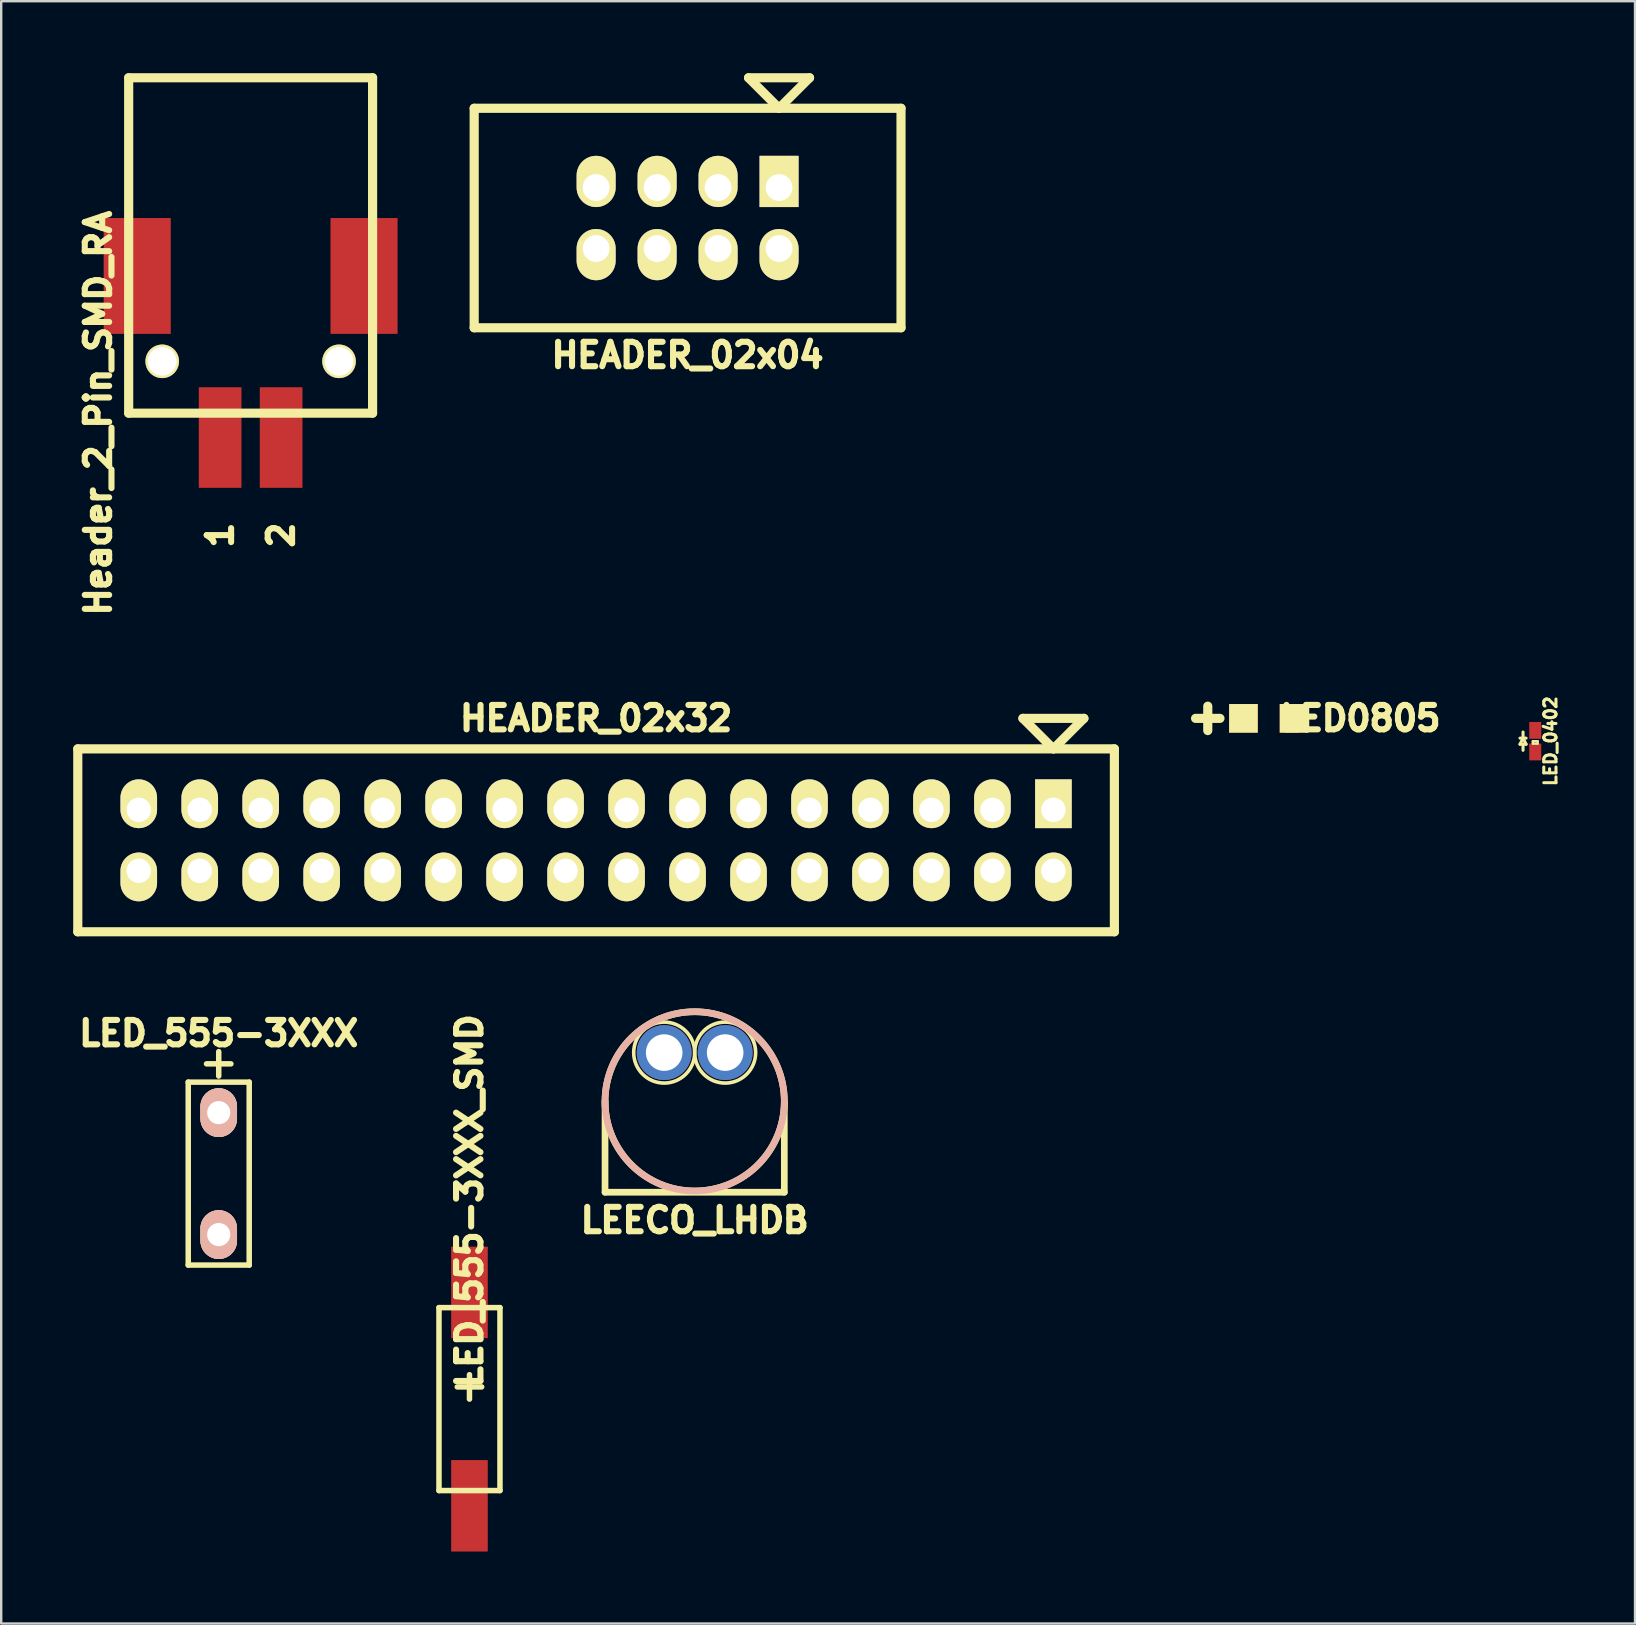
<source format=kicad_pcb>
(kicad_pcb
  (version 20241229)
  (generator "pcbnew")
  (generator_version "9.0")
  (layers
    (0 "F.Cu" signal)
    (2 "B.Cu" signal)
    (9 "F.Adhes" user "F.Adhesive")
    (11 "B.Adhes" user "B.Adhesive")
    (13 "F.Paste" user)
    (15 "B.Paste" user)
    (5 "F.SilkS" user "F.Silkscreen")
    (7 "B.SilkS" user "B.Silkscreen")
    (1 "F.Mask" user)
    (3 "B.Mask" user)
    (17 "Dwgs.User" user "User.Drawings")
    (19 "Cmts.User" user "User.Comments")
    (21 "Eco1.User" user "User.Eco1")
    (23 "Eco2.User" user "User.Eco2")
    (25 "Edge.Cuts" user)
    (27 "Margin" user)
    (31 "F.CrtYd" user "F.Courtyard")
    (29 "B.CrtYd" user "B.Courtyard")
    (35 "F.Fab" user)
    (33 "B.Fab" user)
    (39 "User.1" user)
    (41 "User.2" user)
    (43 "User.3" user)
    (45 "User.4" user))
  (footprint "LED0805"
    (layer "F.Cu")
    (at 49.8 26.874)
    (property "Reference" "LED0805" (at 3.81 0 0) (layer "F.SilkS") (effects (font (size 1.016 1.016) (thickness 0.254))))
    (attr through_hole)
    (fp_line (start -2.54 0.508) (end -2.54 -0.508) (stroke (width 0.381) (type solid)) (layer "F.SilkS"))
    (fp_line (start -2.032 0) (end -3.048 0) (stroke (width 0.381) (type solid)) (layer "F.SilkS"))
    (pad "1" smd rect (at -1.054 0) (size 1.194 1.194) (layers "F.Cu" "F.Mask" "F.SilkS" "F.Paste"))
    (pad "2" smd rect (at 1.054 0) (size 1.194 1.194) (layers "F.Cu" "F.Mask" "F.SilkS" "F.Paste")))
  (footprint "HEADER_02x32"
    (layer "F.Cu")
    (at 21.78 31.954)
    (property "Reference" "HEADER_02x32" (at 0 -5.08 0) (layer "F.SilkS") (effects (font (size 1.016 1.016) (thickness 0.254))))
    (attr through_hole)
    (fp_line (start -21.59 -3.81) (end 21.59 -3.81) (stroke (width 0.381) (type solid)) (layer "F.SilkS"))
    (fp_line (start -21.59 3.81) (end -21.59 -3.81) (stroke (width 0.381) (type solid)) (layer "F.SilkS"))
    (fp_line (start 17.78 -5.08) (end 19.05 -3.81) (stroke (width 0.381) (type solid)) (layer "F.SilkS"))
    (fp_line (start 19.05 -3.81) (end 20.32 -5.08) (stroke (width 0.381) (type solid)) (layer "F.SilkS"))
    (fp_line (start 20.32 -5.08) (end 17.78 -5.08) (stroke (width 0.381) (type solid)) (layer "F.SilkS"))
    (fp_line (start 21.59 -3.81) (end 21.59 3.81) (stroke (width 0.381) (type solid)) (layer "F.SilkS"))
    (fp_line (start 21.59 3.81) (end -21.59 3.81) (stroke (width 0.381) (type solid)) (layer "F.SilkS"))
    (pad "1" thru_hole rect (at 19.05 -1.27) (size 1.524 2.032) (drill 1.016 (offset 0 -0.254)) (layers "*.Cu" "*.Mask" "F.SilkS"))
    (pad "2" thru_hole oval (at 19.05 1.27) (size 1.524 2.032) (drill 1.016 (offset 0 0.254)) (layers "*.Cu" "*.Mask" "F.SilkS"))
    (pad "3" thru_hole oval (at 16.51 -1.27) (size 1.524 2.032) (drill 1.016 (offset 0 -0.254)) (layers "*.Cu" "*.Mask" "F.SilkS"))
    (pad "4" thru_hole oval (at 16.51 1.27) (size 1.524 2.032) (drill 1.016 (offset 0 0.254)) (layers "*.Cu" "*.Mask" "F.SilkS"))
    (pad "5" thru_hole oval (at 13.97 -1.27) (size 1.524 2.032) (drill 1.016 (offset 0 -0.254)) (layers "*.Cu" "*.Mask" "F.SilkS"))
    (pad "6" thru_hole oval (at 13.97 1.27) (size 1.524 2.032) (drill 1.016 (offset 0 0.254)) (layers "*.Cu" "*.Mask" "F.SilkS"))
    (pad "7" thru_hole oval (at 11.43 -1.27) (size 1.524 2.032) (drill 1.016 (offset 0 -0.254)) (layers "*.Cu" "*.Mask" "F.SilkS"))
    (pad "8" thru_hole oval (at 11.43 1.27) (size 1.524 2.032) (drill 1.016 (offset 0 0.254)) (layers "*.Cu" "*.Mask" "F.SilkS"))
    (pad "9" thru_hole oval (at 8.89 -1.27) (size 1.524 2.032) (drill 1.016 (offset 0 -0.254)) (layers "*.Cu" "*.Mask" "F.SilkS"))
    (pad "10" thru_hole oval (at 8.89 1.27) (size 1.524 2.032) (drill 1.016 (offset 0 0.254)) (layers "*.Cu" "*.Mask" "F.SilkS"))
    (pad "11" thru_hole oval (at 6.35 -1.27) (size 1.524 2.032) (drill 1.016 (offset 0 -0.254)) (layers "*.Cu" "*.Mask" "F.SilkS"))
    (pad "12" thru_hole oval (at 6.35 1.27) (size 1.524 2.032) (drill 1.016 (offset 0 0.254)) (layers "*.Cu" "*.Mask" "F.SilkS"))
    (pad "13" thru_hole oval (at 3.81 -1.27) (size 1.524 2.032) (drill 1.016 (offset 0 -0.254)) (layers "*.Cu" "*.Mask" "F.SilkS"))
    (pad "14" thru_hole oval (at 3.81 1.27) (size 1.524 2.032) (drill 1.016 (offset 0 0.254)) (layers "*.Cu" "*.Mask" "F.SilkS"))
    (pad "15" thru_hole oval (at 1.27 -1.27) (size 1.524 2.032) (drill 1.016 (offset 0 -0.254)) (layers "*.Cu" "*.Mask" "F.SilkS"))
    (pad "16" thru_hole oval (at 1.27 1.27) (size 1.524 2.032) (drill 1.016 (offset 0 0.254)) (layers "*.Cu" "*.Mask" "F.SilkS"))
    (pad "17" thru_hole oval (at -1.27 -1.27) (size 1.524 2.032) (drill 1.016 (offset 0 -0.254)) (layers "*.Cu" "*.Mask" "F.SilkS"))
    (pad "18" thru_hole oval (at -1.27 1.27) (size 1.524 2.032) (drill 1.016 (offset 0 0.254)) (layers "*.Cu" "*.Mask" "F.SilkS"))
    (pad "19" thru_hole oval (at -3.81 -1.27) (size 1.524 2.032) (drill 1.016 (offset 0 -0.254)) (layers "*.Cu" "*.Mask" "F.SilkS"))
    (pad "20" thru_hole oval (at -3.81 1.27) (size 1.524 2.032) (drill 1.016 (offset 0 0.254)) (layers "*.Cu" "*.Mask" "F.SilkS"))
    (pad "21" thru_hole oval (at -6.35 -1.27) (size 1.524 2.032) (drill 1.016 (offset 0 -0.254)) (layers "*.Cu" "*.Mask" "F.SilkS"))
    (pad "22" thru_hole oval (at -6.35 1.27) (size 1.524 2.032) (drill 1.016 (offset 0 0.254)) (layers "*.Cu" "*.Mask" "F.SilkS"))
    (pad "23" thru_hole oval (at -8.89 -1.27) (size 1.524 2.032) (drill 1.016 (offset 0 -0.254)) (layers "*.Cu" "*.Mask" "F.SilkS"))
    (pad "24" thru_hole oval (at -8.89 1.27) (size 1.524 2.032) (drill 1.016 (offset 0 0.254)) (layers "*.Cu" "*.Mask" "F.SilkS"))
    (pad "25" thru_hole oval (at -11.43 -1.27) (size 1.524 2.032) (drill 1.016 (offset 0 -0.254)) (layers "*.Cu" "*.Mask" "F.SilkS"))
    (pad "26" thru_hole oval (at -11.43 1.27) (size 1.524 2.032) (drill 1.016 (offset 0 0.254)) (layers "*.Cu" "*.Mask" "F.SilkS"))
    (pad "27" thru_hole oval (at -13.97 -1.27) (size 1.524 2.032) (drill 1.016 (offset 0 -0.254)) (layers "*.Cu" "*.Mask" "F.SilkS"))
    (pad "28" thru_hole oval (at -13.97 1.27) (size 1.524 2.032) (drill 1.016 (offset 0 0.254)) (layers "*.Cu" "*.Mask" "F.SilkS"))
    (pad "29" thru_hole oval (at -16.51 -1.27) (size 1.524 2.032) (drill 1.016 (offset 0 -0.254)) (layers "*.Cu" "*.Mask" "F.SilkS"))
    (pad "30" thru_hole oval (at -16.51 1.27) (size 1.524 2.032) (drill 1.016 (offset 0 0.254)) (layers "*.Cu" "*.Mask" "F.SilkS"))
    (pad "31" thru_hole oval (at -19.05 -1.27) (size 1.524 2.032) (drill 1.016 (offset 0 -0.254)) (layers "*.Cu" "*.Mask" "F.SilkS"))
    (pad "32" thru_hole oval (at -19.05 1.27) (size 1.524 2.032) (drill 1.016 (offset 0 0.254)) (layers "*.Cu" "*.Mask" "F.SilkS")))
  (footprint "LEECO_LHDB"
    (layer "F.Cu")
    (at 25.887 40.796)
    (property "Reference" "LEECO_LHDB" (at 0 6.985 0) (layer "F.SilkS") (effects (font (size 1.016 1.016) (thickness 0.254))))
    (attr through_hole)
    (fp_line (start -3.734 2.032) (end -3.734 5.817) (stroke (width 0.279) (type solid)) (layer "F.SilkS"))
    (fp_line (start -3.734 5.817) (end 3.734 5.817) (stroke (width 0.279) (type solid)) (layer "F.SilkS"))
    (fp_line (start 3.734 5.817) (end 3.734 2.032) (stroke (width 0.279) (type solid)) (layer "F.SilkS"))
    (fp_circle (center -1.27 0) (end -1.27 -1.27) (stroke (width 0.15) (type solid)) (fill no) (layer "F.SilkS"))
    (fp_circle (center 0 2.032) (end 3.734 2.032) (stroke (width 0.279) (type solid)) (fill no) (layer "F.SilkS"))
    (fp_circle (center 1.27 0) (end 1.27 -1.27) (stroke (width 0.15) (type solid)) (fill no) (layer "F.SilkS"))
    (fp_circle (center 0 2.032) (end 3.734 2.032) (stroke (width 0.279) (type solid)) (fill no) (layer "B.SilkS"))
    (pad "1" thru_hole circle (at -1.27 0) (size 2.286 2.286) (drill 1.524) (layers "*.Cu" "*.Mask"))
    (pad "2" thru_hole circle (at 1.27 0) (size 2.286 2.286) (drill 1.524) (layers "*.Cu" "*.Mask")))
  (footprint "LED_555-3XXX_SMD"
    (layer "F.Cu")
    (at 16.506 55.23)
    (property "Reference" "LED_555-3XXX_SMD" (at 0 -8.255 90) (layer "F.SilkS") (effects (font (size 1.016 1.016) (thickness 0.254))))
    (attr through_hole)
    (fp_line (start -1.27 -3.81) (end 1.27 -3.81) (stroke (width 0.229) (type solid)) (layer "F.SilkS"))
    (fp_line (start -1.27 3.81) (end -1.27 -3.81) (stroke (width 0.229) (type solid)) (layer "F.SilkS"))
    (fp_line (start -0.508 -0.508) (end 0.508 -0.508) (stroke (width 0.229) (type solid)) (layer "F.SilkS"))
    (fp_line (start 0 0) (end 0 -1.016) (stroke (width 0.229) (type solid)) (layer "F.SilkS"))
    (fp_line (start 1.27 -3.81) (end 1.27 3.81) (stroke (width 0.229) (type solid)) (layer "F.SilkS"))
    (fp_line (start 1.27 3.81) (end -1.27 3.81) (stroke (width 0.229) (type solid)) (layer "F.SilkS"))
    (pad "1" smd rect (at 0 -4.445) (size 1.524 3.81) (layers "F.Cu" "F.Mask" "F.Paste"))
    (pad "2" smd rect (at 0 4.445) (size 1.524 3.81) (layers "F.Cu" "F.Mask" "F.Paste")))
  (footprint "LED_0402"
    (layer "F.Cu")
    (at 60.901 27.824)
    (property "Reference" "LED_0402" (at 0.635 0 90) (layer "F.SilkS") (effects (font (size 0.508 0.508) (thickness 0.127))))
    (attr smd)
    (fp_line (start -0.635 -0.127) (end -0.381 -0.127) (stroke (width 0.127) (type solid)) (layer "F.SilkS"))
    (fp_line (start -0.635 0.127) (end -0.508 -0.127) (stroke (width 0.127) (type solid)) (layer "F.SilkS"))
    (fp_line (start -0.508 -0.127) (end -0.508 -0.381) (stroke (width 0.127) (type solid)) (layer "F.SilkS"))
    (fp_line (start -0.508 -0.127) (end -0.381 0.127) (stroke (width 0.127) (type solid)) (layer "F.SilkS"))
    (fp_line (start -0.508 0.127) (end -0.508 0.381) (stroke (width 0.127) (type solid)) (layer "F.SilkS"))
    (fp_line (start -0.381 0.127) (end -0.635 0.127) (stroke (width 0.127) (type solid)) (layer "F.SilkS"))
    (fp_line (start -0.1 0) (end -0.1 0.1) (stroke (width 0.1) (type solid)) (layer "F.SilkS"))
    (fp_line (start -0.1 0.1) (end 0.1 0.1) (stroke (width 0.1) (type solid)) (layer "F.SilkS"))
    (fp_line (start 0.1 0) (end -0.1 0) (stroke (width 0.1) (type solid)) (layer "F.SilkS"))
    (fp_line (start 0.1 0.1) (end 0.1 0) (stroke (width 0.1) (type solid)) (layer "F.SilkS"))
    (pad "1" smd rect (at 0 -0.45 270) (size 0.7 0.5) (layers "F.Cu" "F.Mask" "F.Paste"))
    (pad "2" smd rect (at 0 0.45 270) (size 0.7 0.5) (layers "F.Cu" "F.Mask" "F.Paste")))
  (footprint "LED_555-3XXX"
    (layer "F.Cu")
    (at 6.061 45.837)
    (property "Reference" "LED_555-3XXX" (at 0 -5.842 0) (layer "F.SilkS") (effects (font (size 1.016 1.016) (thickness 0.254))))
    (attr through_hole)
    (fp_line (start -1.27 -3.81) (end 1.27 -3.81) (stroke (width 0.229) (type solid)) (layer "F.SilkS"))
    (fp_line (start -1.27 3.81) (end -1.27 -3.81) (stroke (width 0.229) (type solid)) (layer "F.SilkS"))
    (fp_line (start -0.508 -4.572) (end 0.508 -4.572) (stroke (width 0.229) (type solid)) (layer "F.SilkS"))
    (fp_line (start 0 -4.064) (end 0 -5.08) (stroke (width 0.229) (type solid)) (layer "F.SilkS"))
    (fp_line (start 1.27 -3.81) (end 1.27 3.81) (stroke (width 0.229) (type solid)) (layer "F.SilkS"))
    (fp_line (start 1.27 3.81) (end -1.27 3.81) (stroke (width 0.229) (type solid)) (layer "F.SilkS"))
    (pad "1" thru_hole oval (at 0 -2.54) (size 1.524 2.032) (drill 0.965) (layers "*.Cu" "*.SilkS" "*.Mask"))
    (pad "2" thru_hole oval (at 0 2.54) (size 1.524 2.032) (drill 0.965) (layers "*.Cu" "*.SilkS" "*.Mask")))
  (footprint "HEADER_02x04"
    (layer "F.Cu")
    (at 25.592 6.032)
    (property "Reference" "HEADER_02x04" (at 0 5.715 0) (layer "F.SilkS") (effects (font (size 1.016 1.016) (thickness 0.254))))
    (attr through_hole)
    (fp_line (start -8.89 -4.572) (end -8.89 4.572) (stroke (width 0.381) (type solid)) (layer "F.SilkS"))
    (fp_line (start -8.89 4.572) (end 8.89 4.572) (stroke (width 0.381) (type solid)) (layer "F.SilkS"))
    (fp_line (start 2.54 -5.842) (end 3.81 -4.572) (stroke (width 0.381) (type solid)) (layer "F.SilkS"))
    (fp_line (start 3.81 -4.572) (end 5.08 -5.842) (stroke (width 0.381) (type solid)) (layer "F.SilkS"))
    (fp_line (start 5.08 -5.842) (end 2.54 -5.842) (stroke (width 0.381) (type solid)) (layer "F.SilkS"))
    (fp_line (start 8.89 -4.572) (end -8.89 -4.572) (stroke (width 0.381) (type solid)) (layer "F.SilkS"))
    (fp_line (start 8.89 -4.572) (end 8.89 4.572) (stroke (width 0.381) (type solid)) (layer "F.SilkS"))
    (pad "1" thru_hole rect (at 3.81 -1.27) (size 1.626 2.134) (drill 1.118 (offset 0 -0.254)) (layers "*.Cu" "*.Mask" "F.SilkS"))
    (pad "2" thru_hole oval (at 3.81 1.27) (size 1.626 2.134) (drill 1.118 (offset 0 0.254)) (layers "*.Cu" "*.Mask" "F.SilkS"))
    (pad "3" thru_hole oval (at 1.27 -1.27) (size 1.626 2.134) (drill 1.118 (offset 0 -0.254)) (layers "*.Cu" "*.Mask" "F.SilkS"))
    (pad "4" thru_hole oval (at 1.27 1.27) (size 1.626 2.134) (drill 1.118 (offset 0 0.254)) (layers "*.Cu" "*.Mask" "F.SilkS"))
    (pad "5" thru_hole oval (at -1.27 -1.27) (size 1.626 2.134) (drill 1.118 (offset 0 -0.254)) (layers "*.Cu" "*.Mask" "F.SilkS"))
    (pad "6" thru_hole oval (at -1.27 1.27) (size 1.626 2.134) (drill 1.118 (offset 0 0.254)) (layers "*.Cu" "*.Mask" "F.SilkS"))
    (pad "7" thru_hole oval (at -3.81 -1.27) (size 1.626 2.134) (drill 1.118 (offset 0 -0.254)) (layers "*.Cu" "*.Mask" "F.SilkS"))
    (pad "8" thru_hole oval (at -3.81 1.27) (size 1.626 2.134) (drill 1.118 (offset 0 0.254)) (layers "*.Cu" "*.Mask" "F.SilkS")))
  (footprint "Header_2_Pin_SMD_RA"
    (layer "F.Cu")
    (at 7.39 8.445)
    (property "Reference" "Header_2_Pin_SMD_RA" (at -6.35 5.715 90) (layer "F.SilkS") (effects (font (size 1.016 1.016) (thickness 0.254))))
    (attr through_hole)
    (fp_line (start -5.08 -8.255) (end -5.08 5.715) (stroke (width 0.381) (type solid)) (layer "F.SilkS"))
    (fp_line (start -5.08 -8.255) (end 5.08 -8.255) (stroke (width 0.381) (type solid)) (layer "F.SilkS"))
    (fp_line (start -5.08 5.715) (end 5.08 5.715) (stroke (width 0.381) (type solid)) (layer "F.SilkS"))
    (fp_line (start 5.08 -8.255) (end 5.08 5.715) (stroke (width 0.381) (type solid)) (layer "F.SilkS"))
    (fp_text user "1" (at -1.27 10.795 90) (layer "F.SilkS") (effects (font (size 1.016 1.016) (thickness 0.254))))
    (fp_text user "2" (at 1.27 10.795 90) (layer "F.SilkS") (effects (font (size 1.016 1.016) (thickness 0.254))))
    (pad "" smd rect (at -4.724 0) (size 2.794 4.826) (layers "F.Cu" "F.Mask" "F.Paste"))
    (pad "" thru_hole circle (at -3.683 3.556) (size 1.397 1.397) (drill 1.194) (layers "*.Cu" "*.Mask" "F.SilkS"))
    (pad "" thru_hole circle (at 3.683 3.556) (size 1.397 1.397) (drill 1.194) (layers "*.Cu" "*.Mask" "F.SilkS"))
    (pad "" smd rect (at 4.724 0) (size 2.794 4.826) (layers "F.Cu" "F.Mask" "F.Paste"))
    (pad "1" smd rect (at -1.27 6.731) (size 1.778 4.191) (layers "F.Cu" "F.Mask" "F.Paste"))
    (pad "2" smd rect (at 1.27 6.731) (size 1.778 4.191) (layers "F.Cu" "F.Mask" "F.Paste")))
  (gr_rect
    (start -3 -3)
    (end 65.057 64.58)
    (stroke (width 0.1) (type default))
    (fill no)
    (layer "Edge.Cuts")))
</source>
